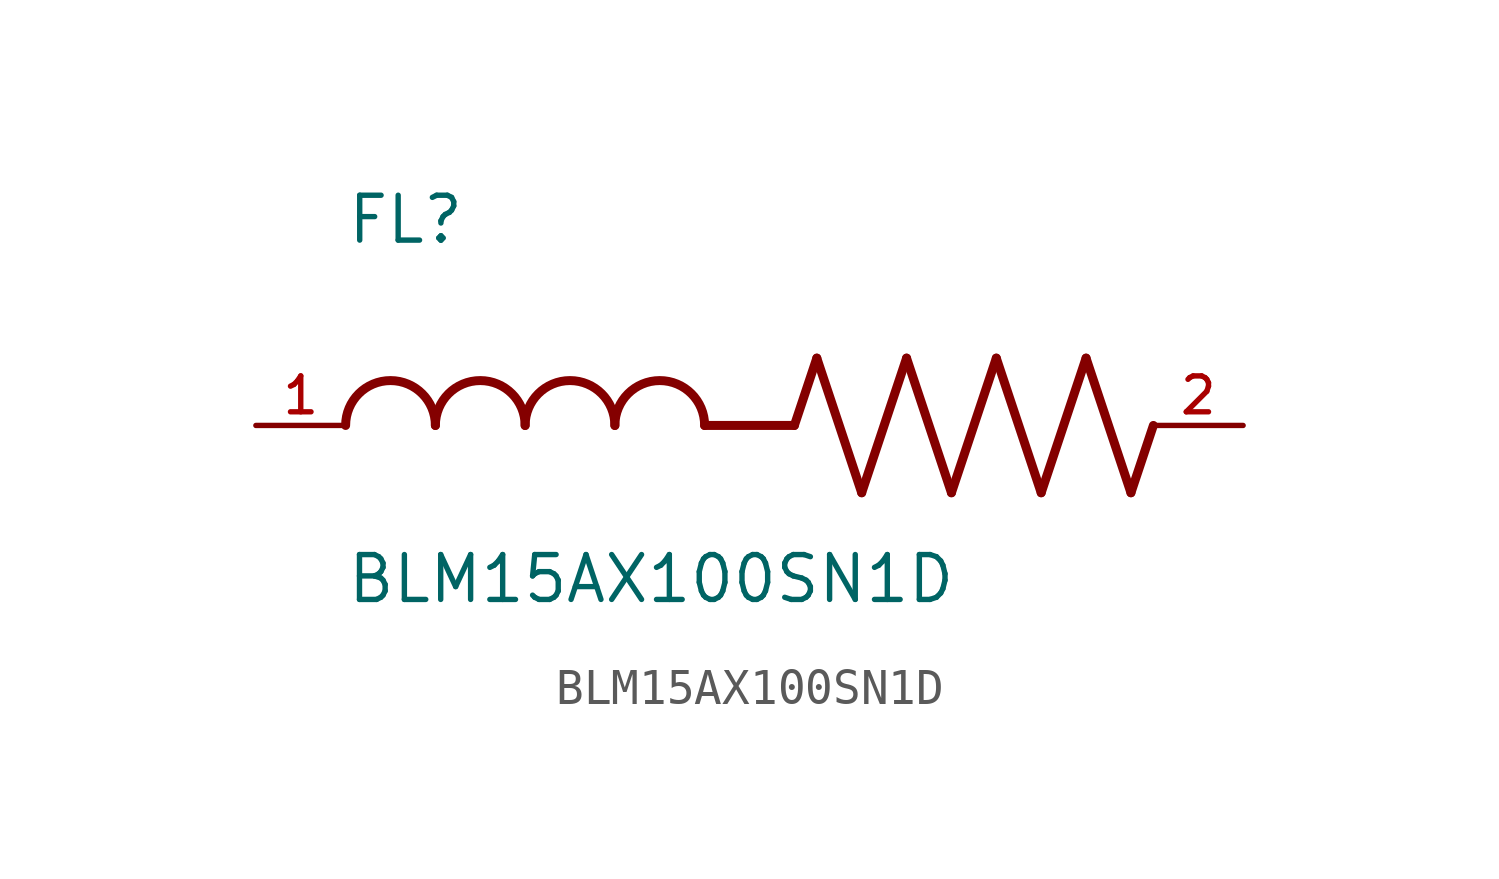
<source format=kicad_sym>
(kicad_symbol_lib
  (version 20211014)
  (generator kicad_symbol_editor)
  (symbol "BLM15AX100SN1D"
    (pin_names
      (offset 1.016))
    (property "Reference" "FL"
      (at -12.704 5.082 0)
      (effects (font (size 1.27 1.27)) (justify left bottom)))
    (property "Value" "BLM15AX100SN1D"
      (at -12.71 -5.087 0)
      (effects (font (size 1.27 1.27)) (justify left bottom)))
    (symbol "BLM15AX100SN1D_0_0"
      (arc (start -10.16 0) (mid -11.43 1.27) (end -12.7 0) (stroke (width 0.254) (type default) (color 0 0 0 0)) (fill (type none)))
      (arc (start -7.62 0) (mid -8.89 1.27) (end -10.16 0) (stroke (width 0.254) (type default) (color 0 0 0 0)) (fill (type none)))
      (arc (start -5.08 0) (mid -6.35 1.27) (end -7.62 0) (stroke (width 0.254) (type default) (color 0 0 0 0)) (fill (type none)))
      (arc (start -2.54 0) (mid -3.81 1.27) (end -5.08 0) (stroke (width 0.254) (type default) (color 0 0 0 0)) (fill (type none)))
      (polyline (pts (xy 0 0) (xy -2.54 0)) (stroke (width 0.254) (type default) (color 0 0 0 0)) (fill (type none)))
      (polyline (pts (xy 0 0) (xy 0.635 1.905)) (stroke (width 0.254) (type default) (color 0 0 0 0)) (fill (type none)))
      (polyline (pts (xy 0.635 1.905) (xy 1.905 -1.905)) (stroke (width 0.254) (type default) (color 0 0 0 0)) (fill (type none)))
      (polyline (pts (xy 1.905 -1.905) (xy 3.175 1.905)) (stroke (width 0.254) (type default) (color 0 0 0 0)) (fill (type none)))
      (polyline (pts (xy 3.175 1.905) (xy 4.445 -1.905)) (stroke (width 0.254) (type default) (color 0 0 0 0)) (fill (type none)))
      (polyline (pts (xy 4.445 -1.905) (xy 5.715 1.905)) (stroke (width 0.254) (type default) (color 0 0 0 0)) (fill (type none)))
      (polyline (pts (xy 5.715 1.905) (xy 6.985 -1.905)) (stroke (width 0.254) (type default) (color 0 0 0 0)) (fill (type none)))
      (polyline (pts (xy 6.985 -1.905) (xy 8.255 1.905)) (stroke (width 0.254) (type default) (color 0 0 0 0)) (fill (type none)))
      (polyline (pts (xy 8.255 1.905) (xy 9.525 -1.905)) (stroke (width 0.254) (type default) (color 0 0 0 0)) (fill (type none)))
      (polyline (pts (xy 9.525 -1.905) (xy 10.16 0)) (stroke (width 0.254) (type default) (color 0 0 0 0)) (fill (type none)))
      (pin passive line (at -15.24 0 0) (length 2.54) (name "~" (effects (font (size 1.016 1.016)))) (number "1" (effects (font (size 1.016 1.016)))))
      (pin passive line (at 12.7 0 180) (length 2.54) (name "~" (effects (font (size 1.016 1.016)))) (number "2" (effects (font (size 1.016 1.016))))))))
</source>
